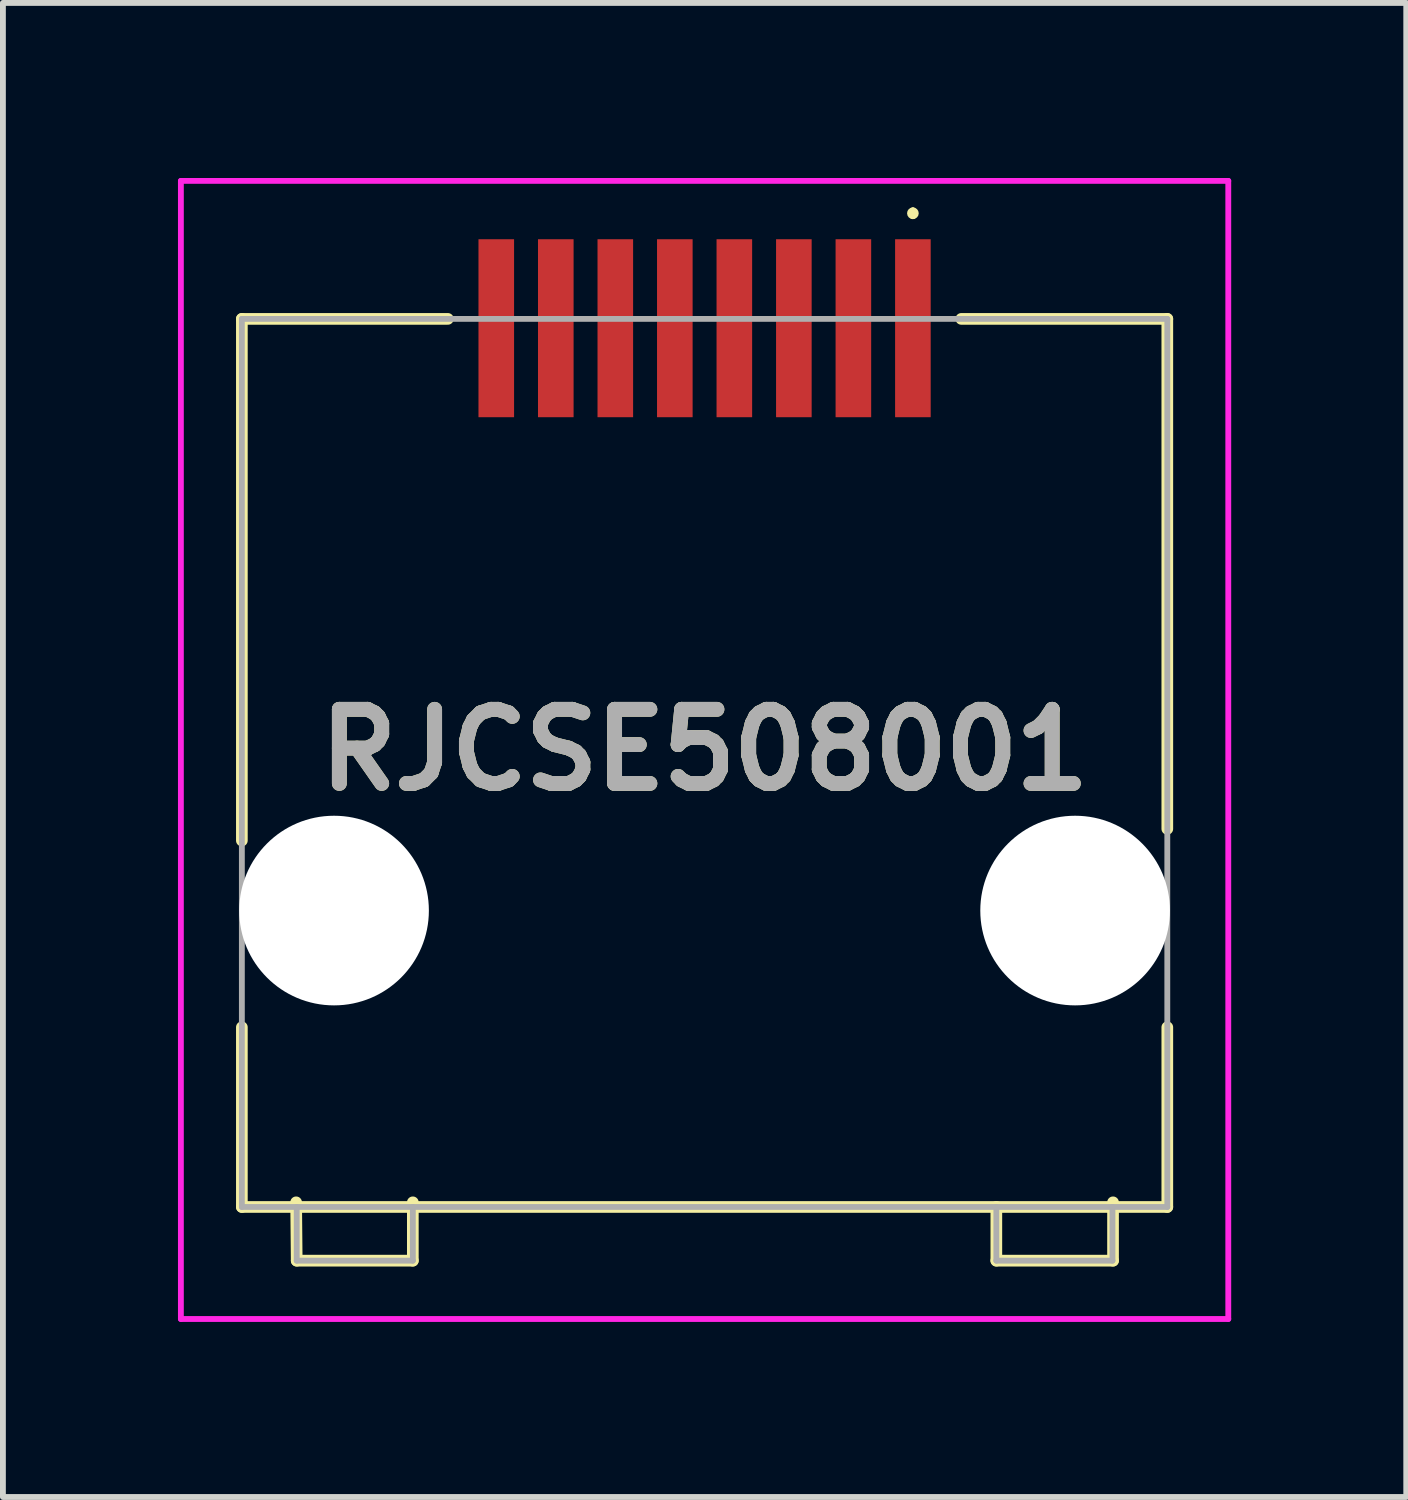
<source format=kicad_pcb>
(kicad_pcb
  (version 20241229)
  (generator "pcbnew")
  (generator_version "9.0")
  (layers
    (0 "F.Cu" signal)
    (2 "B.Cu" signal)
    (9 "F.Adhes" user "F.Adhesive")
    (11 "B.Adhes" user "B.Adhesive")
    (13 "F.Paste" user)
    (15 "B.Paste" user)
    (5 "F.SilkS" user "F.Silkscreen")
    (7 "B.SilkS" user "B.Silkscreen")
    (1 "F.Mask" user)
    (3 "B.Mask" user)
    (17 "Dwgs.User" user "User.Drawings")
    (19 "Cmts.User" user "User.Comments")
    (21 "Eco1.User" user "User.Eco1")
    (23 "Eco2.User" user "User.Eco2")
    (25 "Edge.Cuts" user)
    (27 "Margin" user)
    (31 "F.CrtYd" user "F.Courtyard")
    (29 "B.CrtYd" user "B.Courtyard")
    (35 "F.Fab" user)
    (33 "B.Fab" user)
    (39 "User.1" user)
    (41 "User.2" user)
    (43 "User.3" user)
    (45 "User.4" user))
  (footprint "RJCSE508001"
    (layer "F.Cu")
    (at 9.025 10.155)
    (property "Reference" "RJCSE508001" (at 0 -0.353 0) (layer "F.SilkS") (effects (font (size 1.27 1.27) (thickness 0.254))))
    (attr through_hole)
    (fp_line (start -7.93 -7.74) (end -7.93 1.2) (stroke (width 0.2) (type solid)) (layer "F.SilkS"))
    (fp_line (start -7.93 4.4) (end -7.93 7.48) (stroke (width 0.2) (type solid)) (layer "F.SilkS"))
    (fp_line (start -7.93 7.48) (end 7.93 7.48) (stroke (width 0.2) (type solid)) (layer "F.SilkS"))
    (fp_line (start -7 7.4) (end -6.99 8.4) (stroke (width 0.2) (type solid)) (layer "F.SilkS"))
    (fp_line (start -6.99 8.4) (end -5 8.4) (stroke (width 0.2) (type solid)) (layer "F.SilkS"))
    (fp_line (start -5 8.4) (end -5 7.4) (stroke (width 0.2) (type solid)) (layer "F.SilkS"))
    (fp_line (start -4.4 -7.74) (end -7.93 -7.74) (stroke (width 0.2) (type solid)) (layer "F.SilkS"))
    (fp_line (start 3.57 -9.6) (end 3.57 -9.6) (stroke (width 0.1) (type solid)) (layer "F.SilkS"))
    (fp_line (start 3.57 -9.5) (end 3.57 -9.5) (stroke (width 0.1) (type solid)) (layer "F.SilkS"))
    (fp_line (start 5 7.48) (end 5 8.4) (stroke (width 0.2) (type solid)) (layer "F.SilkS"))
    (fp_line (start 5 8.4) (end 7 8.4) (stroke (width 0.2) (type solid)) (layer "F.SilkS"))
    (fp_line (start 7 8.4) (end 7 7.4) (stroke (width 0.2) (type solid)) (layer "F.SilkS"))
    (fp_line (start 7.93 -7.74) (end 4.4 -7.74) (stroke (width 0.2) (type solid)) (layer "F.SilkS"))
    (fp_line (start 7.93 1) (end 7.93 -7.74) (stroke (width 0.2) (type solid)) (layer "F.SilkS"))
    (fp_line (start 7.93 7.48) (end 7.93 4.4) (stroke (width 0.2) (type solid)) (layer "F.SilkS"))
    (fp_arc (start 3.57 -9.6) (mid 3.62 -9.55) (end 3.57 -9.5) (stroke (width 0.1) (type solid)) (layer "F.SilkS"))
    (fp_arc (start 3.57 -9.5) (mid 3.52 -9.55) (end 3.57 -9.6) (stroke (width 0.1) (type solid)) (layer "F.SilkS"))
    (fp_line (start -8.975 -10.105) (end 8.975 -10.105) (stroke (width 0.1) (type solid)) (layer "F.CrtYd"))
    (fp_line (start -8.975 9.4) (end -8.975 -10.105) (stroke (width 0.1) (type solid)) (layer "F.CrtYd"))
    (fp_line (start 8.975 -10.105) (end 8.975 9.4) (stroke (width 0.1) (type solid)) (layer "F.CrtYd"))
    (fp_line (start 8.975 9.4) (end -8.975 9.4) (stroke (width 0.1) (type solid)) (layer "F.CrtYd"))
    (fp_line (start -7.93 -7.74) (end 7.93 -7.74) (stroke (width 0.1) (type solid)) (layer "F.Fab"))
    (fp_line (start -7.93 7.48) (end -7.93 -7.74) (stroke (width 0.1) (type solid)) (layer "F.Fab"))
    (fp_line (start -6.99 7.48) (end -6.99 8.4) (stroke (width 0.1) (type solid)) (layer "F.Fab"))
    (fp_line (start -6.99 8.4) (end -5 8.4) (stroke (width 0.1) (type solid)) (layer "F.Fab"))
    (fp_line (start -5 8.4) (end -5 7.48) (stroke (width 0.1) (type solid)) (layer "F.Fab"))
    (fp_line (start 5 8.4) (end 5 7.48) (stroke (width 0.1) (type solid)) (layer "F.Fab"))
    (fp_line (start 6.99 7.48) (end 6.99 8.4) (stroke (width 0.1) (type solid)) (layer "F.Fab"))
    (fp_line (start 6.99 8.4) (end 5 8.4) (stroke (width 0.1) (type solid)) (layer "F.Fab"))
    (fp_line (start 7.93 -7.74) (end 7.93 7.48) (stroke (width 0.1) (type solid)) (layer "F.Fab"))
    (fp_line (start 7.93 7.48) (end -7.93 7.48) (stroke (width 0.1) (type solid)) (layer "F.Fab"))
    (fp_text user "${REFERENCE}" (at 0 -0.353 0) (layer "F.Fab") (effects (font (size 1.27 1.27) (thickness 0.254))))
    (pad "" np_thru_hole circle (at -6.35 2.4) (size 3.25 3.25) (drill 3.25) (layers "*.Cu" "*.Mask"))
    (pad "" np_thru_hole circle (at 6.35 2.4) (size 3.25 3.25) (drill 3.25) (layers "*.Cu" "*.Mask"))
    (pad "1" smd rect (at 3.57 -7.58) (size 0.61 3.05) (layers "F.Cu" "F.Mask" "F.Paste"))
    (pad "2" smd rect (at 2.55 -7.58) (size 0.61 3.05) (layers "F.Cu" "F.Mask" "F.Paste"))
    (pad "3" smd rect (at 1.53 -7.58) (size 0.61 3.05) (layers "F.Cu" "F.Mask" "F.Paste"))
    (pad "4" smd rect (at 0.51 -7.58) (size 0.61 3.05) (layers "F.Cu" "F.Mask" "F.Paste"))
    (pad "5" smd rect (at -0.51 -7.58) (size 0.61 3.05) (layers "F.Cu" "F.Mask" "F.Paste"))
    (pad "6" smd rect (at -1.53 -7.58) (size 0.61 3.05) (layers "F.Cu" "F.Mask" "F.Paste"))
    (pad "7" smd rect (at -2.55 -7.58) (size 0.61 3.05) (layers "F.Cu" "F.Mask" "F.Paste"))
    (pad "8" smd rect (at -3.57 -7.58) (size 0.61 3.05) (layers "F.Cu" "F.Mask" "F.Paste")))
  (gr_rect
    (start -3 -3)
    (end 21.05 22.605)
    (stroke (width 0.1) (type default))
    (fill no)
    (layer "Edge.Cuts")))
</source>
